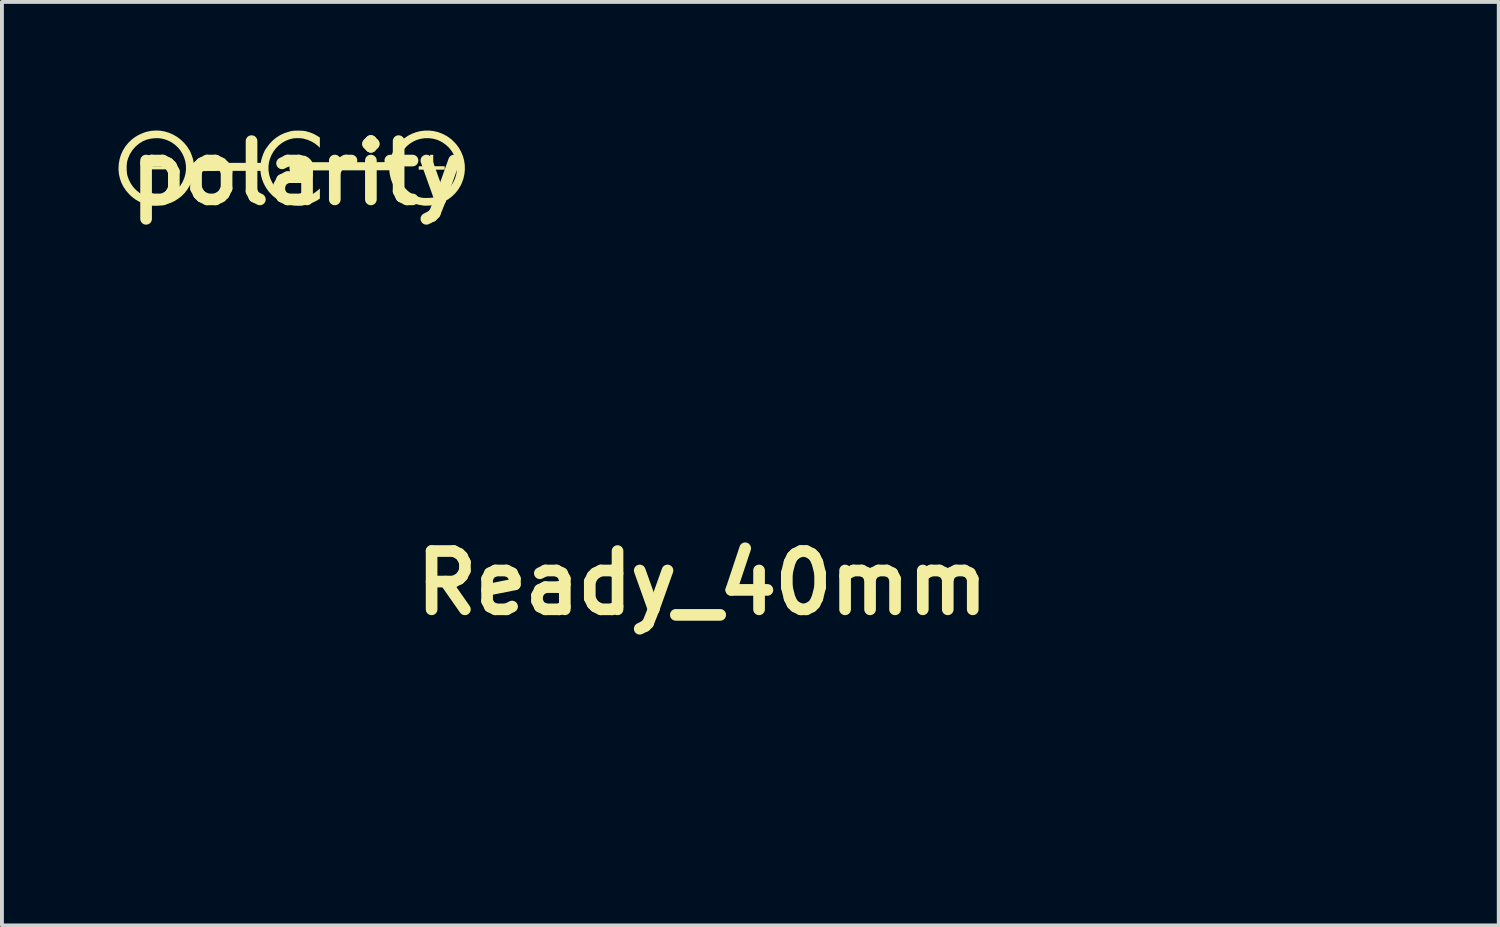
<source format=kicad_pcb>
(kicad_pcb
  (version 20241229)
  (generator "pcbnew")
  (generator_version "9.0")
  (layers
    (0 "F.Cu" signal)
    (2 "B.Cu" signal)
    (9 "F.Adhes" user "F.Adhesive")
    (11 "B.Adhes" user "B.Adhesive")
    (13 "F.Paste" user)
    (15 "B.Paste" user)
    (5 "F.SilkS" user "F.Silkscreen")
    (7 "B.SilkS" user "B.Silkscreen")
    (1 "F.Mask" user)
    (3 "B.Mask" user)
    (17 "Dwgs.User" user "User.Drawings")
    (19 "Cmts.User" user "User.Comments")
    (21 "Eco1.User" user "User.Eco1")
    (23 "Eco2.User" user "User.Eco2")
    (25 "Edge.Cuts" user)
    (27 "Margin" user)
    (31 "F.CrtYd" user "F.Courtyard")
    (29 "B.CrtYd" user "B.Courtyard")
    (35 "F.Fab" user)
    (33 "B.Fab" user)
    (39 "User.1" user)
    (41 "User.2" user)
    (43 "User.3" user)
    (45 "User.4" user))
  (footprint "Ready_40mm"
    (layer "F.Cu")
    (at 15.023 11.955)
    (property "Reference" "Ready_40mm" (at 0 0 0) (layer "F.SilkS") (effects (font (size 1.5 1.5) (thickness 0.3))))
    (attr board_only exclude_from_pos_files exclude_from_bom)
    (fp_poly (pts (xy -9.918 2.823) (xy -9.918 5.813) (xy -12.471 5.813) (xy -15.023 5.813) (xy -15.023 2.823) (xy -15.023 -0.167) (xy -12.471 -0.167) (xy -9.918 -0.167)) (stroke (width 0) (type solid)) (fill yes) (layer "F.Mask"))
    (fp_poly (pts (xy 17.503 -1.813) (xy 17.503 -1.084) (xy 16.784 -1.084) (xy 16.065 -1.084) (xy 16.07 -1.808) (xy 16.076 -2.532) (xy 16.789 -2.537) (xy 17.503 -2.543)) (stroke (width 0) (type solid)) (fill yes) (layer "F.Mask"))
    (fp_poly (pts (xy -4.167 -5.793) (xy -4.167 -5.438) (xy -5.616 -5.438) (xy -7.064 -5.438) (xy -7.064 -4.709) (xy -7.064 -3.98) (xy -6.345 -3.98) (xy -5.626 -3.98) (xy -5.626 -3.615) (xy -5.626 -3.251) (xy -6.345 -3.251) (xy -7.064 -3.251) (xy -7.064 -2.532) (xy -7.064 -1.813) (xy -5.616 -1.813) (xy -4.167 -1.813) (xy -4.167 -1.448) (xy -4.167 -1.084) (xy -6.334 -1.084) (xy -8.501 -1.084) (xy -8.501 -3.615) (xy -8.501 -6.147) (xy -6.334 -6.147) (xy -4.167 -6.147)) (stroke (width 0) (type solid)) (fill yes) (layer "F.Mask"))
    (fp_poly (pts (xy 10.273 -5.063) (xy 10.273 -3.98) (xy 10.991 -3.98) (xy 11.71 -3.98) (xy 11.71 -5.063) (xy 11.71 -6.147) (xy 12.44 -6.147) (xy 13.169 -6.147) (xy 13.169 -5.063) (xy 13.169 -3.98) (xy 12.804 -3.98) (xy 12.44 -3.98) (xy 12.44 -3.615) (xy 12.44 -3.251) (xy 12.075 -3.251) (xy 11.71 -3.251) (xy 11.71 -2.167) (xy 11.71 -1.084) (xy 10.991 -1.084) (xy 10.273 -1.084) (xy 10.273 -2.167) (xy 10.273 -3.25) (xy 9.913 -3.255) (xy 9.554 -3.261) (xy 9.548 -3.62) (xy 9.542 -3.98) (xy 9.189 -3.98) (xy 8.835 -3.98) (xy 8.835 -5.063) (xy 8.835 -6.147) (xy 9.554 -6.147) (xy 10.273 -6.147)) (stroke (width 0) (type solid)) (fill yes) (layer "F.Mask"))
    (fp_poly (pts (xy 0.146 -5.793) (xy 0.146 -5.438) (xy 0.51 -5.438) (xy 0.875 -5.438) (xy 0.875 -5.074) (xy 0.875 -4.709) (xy 1.24 -4.709) (xy 1.604 -4.709) (xy 1.604 -2.896) (xy 1.604 -1.084) (xy 0.875 -1.084) (xy 0.146 -1.084) (xy 0.146 -2.167) (xy 0.146 -3.251) (xy -0.573 -3.251) (xy -1.292 -3.251) (xy -1.292 -2.167) (xy -1.292 -1.084) (xy -2.011 -1.084) (xy -2.73 -1.084) (xy -2.73 -2.896) (xy -2.73 -4.709) (xy -2.376 -4.709) (xy -2.022 -4.709) (xy -1.292 -4.709) (xy -1.292 -4.344) (xy -1.292 -3.98) (xy -0.573 -3.98) (xy 0.146 -3.98) (xy 0.146 -4.344) (xy 0.146 -4.709) (xy -0.573 -4.709) (xy -1.292 -4.709) (xy -2.022 -4.709) (xy -2.016 -5.069) (xy -2.011 -5.428) (xy -1.651 -5.434) (xy -1.292 -5.439) (xy -1.292 -5.793) (xy -1.292 -6.147) (xy -0.573 -6.147) (xy 0.146 -6.147)) (stroke (width 0) (type solid)) (fill yes) (layer "F.Mask"))
    (fp_poly (pts (xy 5.938 -5.793) (xy 5.938 -5.438) (xy 6.303 -5.438) (xy 6.668 -5.438) (xy 6.668 -5.074) (xy 6.668 -4.709) (xy 7.032 -4.709) (xy 7.397 -4.709) (xy 7.397 -3.626) (xy 7.397 -2.543) (xy 7.038 -2.537) (xy 6.678 -2.532) (xy 6.672 -2.172) (xy 6.667 -1.813) (xy 6.303 -1.813) (xy 5.938 -1.813) (xy 5.938 -1.448) (xy 5.938 -1.084) (xy 4.501 -1.084) (xy 3.063 -1.084) (xy 3.063 -3.615) (xy 3.063 -5.439) (xy 4.501 -5.439) (xy 4.501 -3.626) (xy 4.501 -1.813) (xy 4.865 -1.813) (xy 5.23 -1.813) (xy 5.23 -2.178) (xy 5.23 -2.544) (xy 5.584 -2.538) (xy 5.939 -2.532) (xy 5.939 -3.62) (xy 5.938 -4.709) (xy 5.585 -4.709) (xy 5.231 -4.709) (xy 5.225 -5.069) (xy 5.22 -5.428) (xy 4.86 -5.434) (xy 4.501 -5.439) (xy 3.063 -5.439) (xy 3.063 -6.147) (xy 4.501 -6.147) (xy 5.938 -6.147)) (stroke (width 0) (type solid)) (fill yes) (layer "F.Mask"))
    (fp_poly (pts (xy -10.689 -5.793) (xy -10.689 -5.439) (xy -10.33 -5.434) (xy -9.97 -5.428) (xy -9.965 -4.704) (xy -9.959 -3.98) (xy -10.324 -3.98) (xy -10.689 -3.98) (xy -10.689 -3.615) (xy -10.689 -3.251) (xy -11.054 -3.251) (xy -11.42 -3.251) (xy -11.414 -2.894) (xy -11.408 -2.538) (xy -11.049 -2.541) (xy -10.689 -2.544) (xy -10.689 -2.179) (xy -10.689 -1.814) (xy -10.33 -1.808) (xy -9.97 -1.802) (xy -9.965 -1.443) (xy -9.959 -1.084) (xy -10.689 -1.084) (xy -11.419 -1.084) (xy -11.419 -1.448) (xy -11.419 -1.813) (xy -11.772 -1.813) (xy -12.126 -1.813) (xy -12.132 -2.172) (xy -12.137 -2.532) (xy -12.497 -2.537) (xy -12.856 -2.543) (xy -12.856 -1.813) (xy -12.856 -1.084) (xy -13.575 -1.084) (xy -14.294 -1.084) (xy -14.294 -3.615) (xy -14.294 -5.438) (xy -12.856 -5.438) (xy -12.856 -4.709) (xy -12.856 -3.98) (xy -12.137 -3.98) (xy -11.419 -3.98) (xy -11.419 -4.709) (xy -11.419 -5.438) (xy -12.137 -5.438) (xy -12.856 -5.438) (xy -14.294 -5.438) (xy -14.294 -6.147) (xy -12.492 -6.147) (xy -10.689 -6.147)) (stroke (width 0) (type solid)) (fill yes) (layer "F.Mask")))
  (footprint "polarity"
    (layer "F.Cu")
    (at 4.603 1.404)
    (property "Reference" "polarity" (at 0 0 0) (layer "F.SilkS") (effects (font (size 1.5 1.5) (thickness 0.3))))
    (attr board_only exclude_from_pos_files exclude_from_bom)
    (fp_poly (pts (xy -3.228 -0.135) (xy -3.228 -0.095) (xy -3.558 -0.095) (xy -3.888 -0.095) (xy -3.888 -0.135) (xy -3.888 -0.175) (xy -3.558 -0.175) (xy -3.228 -0.175)) (stroke (width 0) (type solid)) (fill yes) (layer "F.SilkS"))
    (fp_poly (pts (xy 3.498 -0.322) (xy 3.498 -0.175) (xy 3.645 -0.175) (xy 3.792 -0.175) (xy 3.792 -0.131) (xy 3.792 -0.087) (xy 3.645 -0.087) (xy 3.498 -0.087) (xy 3.498 0.056) (xy 3.498 0.199) (xy 3.458 0.199) (xy 3.418 0.199) (xy 3.418 0.056) (xy 3.418 -0.087) (xy 3.271 -0.087) (xy 3.124 -0.087) (xy 3.124 -0.131) (xy 3.124 -0.175) (xy 3.271 -0.175) (xy 3.418 -0.175) (xy 3.418 -0.322) (xy 3.418 -0.469) (xy 3.458 -0.469) (xy 3.498 -0.469)) (stroke (width 0) (type solid)) (fill yes) (layer "F.SilkS"))
    (fp_poly (pts (xy 3.4 -1.093) (xy 3.514 -1.079) (xy 3.627 -1.052) (xy 3.736 -1.01) (xy 3.841 -0.955) (xy 3.941 -0.887) (xy 4 -0.836) (xy 4.086 -0.746) (xy 4.158 -0.649) (xy 4.217 -0.545) (xy 4.262 -0.436) (xy 4.293 -0.323) (xy 4.31 -0.207) (xy 4.312 -0.089) (xy 4.3 0.029) (xy 4.274 0.146) (xy 4.232 0.26) (xy 4.205 0.318) (xy 4.143 0.422) (xy 4.068 0.516) (xy 3.983 0.6) (xy 3.887 0.673) (xy 3.783 0.734) (xy 3.671 0.783) (xy 3.552 0.818) (xy 3.526 0.823) (xy 3.496 0.828) (xy 3.455 0.832) (xy 3.409 0.836) (xy 3.362 0.838) (xy 3.317 0.84) (xy 3.278 0.84) (xy 3.251 0.838) (xy 3.248 0.838) (xy 3.163 0.824) (xy 3.09 0.808) (xy 3.024 0.788) (xy 2.961 0.764) (xy 2.914 0.743) (xy 2.814 0.687) (xy 2.72 0.618) (xy 2.635 0.538) (xy 2.559 0.449) (xy 2.494 0.353) (xy 2.443 0.25) (xy 2.414 0.173) (xy 2.403 0.136) (xy 2.393 0.092) (xy 2.383 0.046) (xy 2.375 0.003) (xy 2.37 -0.032) (xy 2.369 -0.053) (xy 2.369 -0.072) (xy 1.386 -0.07) (xy 0.404 -0.068) (xy 0.387 -0.024) (xy 0.365 0.019) (xy 0.331 0.061) (xy 0.289 0.099) (xy 0.244 0.13) (xy 0.215 0.144) (xy 0.156 0.159) (xy 0.094 0.163) (xy 0.033 0.157) (xy 0.002 0.148) (xy -0.051 0.123) (xy -0.1 0.086) (xy -0.143 0.04) (xy -0.176 -0.01) (xy -0.193 -0.05) (xy -0.2 -0.091) (xy -0.202 -0.133) (xy 2.577 -0.133) (xy 2.583 -0.03) (xy 2.601 0.07) (xy 2.631 0.164) (xy 2.635 0.173) (xy 2.676 0.256) (xy 2.73 0.336) (xy 2.792 0.41) (xy 2.86 0.474) (xy 2.878 0.488) (xy 2.951 0.537) (xy 3.032 0.579) (xy 3.116 0.612) (xy 3.197 0.634) (xy 3.205 0.635) (xy 3.239 0.639) (xy 3.284 0.641) (xy 3.336 0.641) (xy 3.39 0.639) (xy 3.442 0.636) (xy 3.488 0.631) (xy 3.524 0.625) (xy 3.53 0.624) (xy 3.604 0.599) (xy 3.681 0.563) (xy 3.757 0.518) (xy 3.826 0.468) (xy 3.886 0.415) (xy 3.887 0.414) (xy 3.954 0.333) (xy 4.011 0.243) (xy 4.056 0.146) (xy 4.087 0.046) (xy 4.091 0.029) (xy 4.099 -0.026) (xy 4.103 -0.09) (xy 4.103 -0.158) (xy 4.1 -0.223) (xy 4.092 -0.28) (xy 4.091 -0.288) (xy 4.061 -0.393) (xy 4.017 -0.492) (xy 3.96 -0.583) (xy 3.892 -0.664) (xy 3.812 -0.736) (xy 3.723 -0.797) (xy 3.626 -0.844) (xy 3.593 -0.857) (xy 3.493 -0.884) (xy 3.389 -0.897) (xy 3.283 -0.897) (xy 3.179 -0.882) (xy 3.079 -0.854) (xy 3.002 -0.821) (xy 2.908 -0.765) (xy 2.823 -0.697) (xy 2.748 -0.617) (xy 2.685 -0.527) (xy 2.634 -0.429) (xy 2.632 -0.425) (xy 2.602 -0.333) (xy 2.583 -0.235) (xy 2.577 -0.133) (xy -0.202 -0.133) (xy -0.203 -0.14) (xy -0.2 -0.191) (xy -0.192 -0.238) (xy -0.184 -0.263) (xy -0.157 -0.314) (xy -0.117 -0.362) (xy -0.069 -0.402) (xy -0.034 -0.423) (xy -0.008 -0.435) (xy 0.012 -0.442) (xy 0.033 -0.447) (xy 0.06 -0.449) (xy 0.097 -0.449) (xy 0.103 -0.449) (xy 0.144 -0.449) (xy 0.174 -0.446) (xy 0.197 -0.442) (xy 0.218 -0.435) (xy 0.226 -0.431) (xy 0.281 -0.399) (xy 0.33 -0.356) (xy 0.36 -0.317) (xy 0.386 -0.279) (xy 1.313 -0.278) (xy 1.434 -0.278) (xy 1.552 -0.279) (xy 1.666 -0.279) (xy 1.774 -0.279) (xy 1.875 -0.279) (xy 1.969 -0.28) (xy 2.053 -0.28) (xy 2.128 -0.281) (xy 2.192 -0.281) (xy 2.243 -0.282) (xy 2.281 -0.282) (xy 2.305 -0.283) (xy 2.311 -0.283) (xy 2.382 -0.288) (xy 2.392 -0.34) (xy 2.415 -0.43) (xy 2.453 -0.522) (xy 2.502 -0.614) (xy 2.561 -0.701) (xy 2.628 -0.782) (xy 2.652 -0.807) (xy 2.744 -0.889) (xy 2.843 -0.957) (xy 2.948 -1.011) (xy 3.057 -1.052) (xy 3.17 -1.079) (xy 3.284 -1.093)) (stroke (width 0) (type solid)) (fill yes) (layer "F.SilkS"))
    (fp_poly (pts (xy -3.529 -1.09) (xy -3.414 -1.07) (xy -3.303 -1.036) (xy -3.196 -0.99) (xy -3.095 -0.931) (xy -3.001 -0.86) (xy -2.915 -0.778) (xy -2.838 -0.685) (xy -2.773 -0.582) (xy -2.767 -0.572) (xy -2.748 -0.532) (xy -2.728 -0.483) (xy -2.709 -0.43) (xy -2.692 -0.378) (xy -2.68 -0.333) (xy -2.674 -0.303) (xy -2.669 -0.262) (xy -1.804 -0.262) (xy -0.938 -0.262) (xy -0.938 -0.281) (xy -0.935 -0.301) (xy -0.928 -0.333) (xy -0.918 -0.371) (xy -0.905 -0.413) (xy -0.891 -0.453) (xy -0.878 -0.489) (xy -0.867 -0.515) (xy -0.855 -0.54) (xy -0.846 -0.56) (xy -0.843 -0.569) (xy -0.843 -0.569) (xy -0.839 -0.578) (xy -0.828 -0.596) (xy -0.812 -0.621) (xy -0.8 -0.639) (xy -0.723 -0.743) (xy -0.638 -0.834) (xy -0.544 -0.912) (xy -0.442 -0.976) (xy -0.33 -1.028) (xy -0.208 -1.067) (xy -0.171 -1.076) (xy -0.14 -1.083) (xy -0.111 -1.087) (xy -0.08 -1.09) (xy -0.042 -1.091) (xy 0.007 -1.092) (xy 0.016 -1.092) (xy 0.078 -1.091) (xy 0.127 -1.089) (xy 0.168 -1.085) (xy 0.204 -1.08) (xy 0.211 -1.078) (xy 0.32 -1.048) (xy 0.42 -1.008) (xy 0.514 -0.956) (xy 0.527 -0.948) (xy 0.58 -0.913) (xy 0.58 -0.782) (xy 0.58 -0.651) (xy 0.54 -0.689) (xy 0.46 -0.755) (xy 0.368 -0.81) (xy 0.268 -0.854) (xy 0.161 -0.885) (xy 0.151 -0.887) (xy 0.11 -0.893) (xy 0.059 -0.897) (xy 0.004 -0.898) (xy -0.051 -0.896) (xy -0.098 -0.893) (xy -0.116 -0.89) (xy -0.217 -0.864) (xy -0.312 -0.824) (xy -0.4 -0.772) (xy -0.48 -0.709) (xy -0.552 -0.636) (xy -0.614 -0.554) (xy -0.665 -0.465) (xy -0.704 -0.37) (xy -0.731 -0.271) (xy -0.743 -0.169) (xy -0.742 -0.064) (xy -0.74 -0.05) (xy -0.721 0.058) (xy -0.687 0.161) (xy -0.639 0.258) (xy -0.579 0.347) (xy -0.508 0.427) (xy -0.427 0.497) (xy -0.336 0.555) (xy -0.237 0.601) (xy -0.209 0.611) (xy -0.121 0.634) (xy -0.025 0.644) (xy 0.072 0.642) (xy 0.169 0.628) (xy 0.261 0.602) (xy 0.268 0.599) (xy 0.346 0.565) (xy 0.424 0.521) (xy 0.496 0.471) (xy 0.544 0.431) (xy 0.58 0.397) (xy 0.58 0.527) (xy 0.58 0.658) (xy 0.53 0.691) (xy 0.475 0.723) (xy 0.411 0.754) (xy 0.342 0.782) (xy 0.273 0.805) (xy 0.269 0.806) (xy 0.155 0.831) (xy 0.038 0.841) (xy -0.079 0.836) (xy -0.194 0.816) (xy -0.307 0.783) (xy -0.416 0.735) (xy -0.52 0.674) (xy -0.616 0.601) (xy -0.651 0.569) (xy -0.736 0.477) (xy -0.807 0.377) (xy -0.865 0.27) (xy -0.909 0.157) (xy -0.922 0.108) (xy -0.932 0.068) (xy -0.939 0.03) (xy -0.944 -0.002) (xy -0.946 -0.021) (xy -0.946 -0.056) (xy -1.553 -0.056) (xy -1.658 -0.056) (xy -1.764 -0.055) (xy -1.869 -0.055) (xy -1.972 -0.055) (xy -2.071 -0.054) (xy -2.162 -0.053) (xy -2.245 -0.053) (xy -2.318 -0.052) (xy -2.378 -0.051) (xy -2.41 -0.05) (xy -2.66 -0.045) (xy -2.669 0.024) (xy -2.691 0.127) (xy -2.726 0.229) (xy -2.774 0.33) (xy -2.832 0.425) (xy -2.899 0.512) (xy -2.974 0.588) (xy -2.993 0.604) (xy -3.08 0.67) (xy -3.167 0.724) (xy -3.258 0.766) (xy -3.349 0.798) (xy -3.435 0.82) (xy -3.525 0.834) (xy -3.614 0.841) (xy -3.696 0.84) (xy -3.725 0.837) (xy -3.851 0.815) (xy -3.968 0.781) (xy -4.077 0.734) (xy -4.177 0.674) (xy -4.271 0.601) (xy -4.321 0.553) (xy -4.405 0.458) (xy -4.474 0.356) (xy -4.529 0.25) (xy -4.568 0.137) (xy -4.593 0.02) (xy -4.603 -0.104) (xy -4.603 -0.123) (xy -4.602 -0.138) (xy -4.393 -0.138) (xy -4.391 -0.073) (xy -4.387 -0.012) (xy -4.379 0.042) (xy -4.374 0.064) (xy -4.338 0.169) (xy -4.288 0.267) (xy -4.226 0.357) (xy -4.151 0.438) (xy -4.065 0.508) (xy -3.983 0.559) (xy -3.931 0.583) (xy -3.873 0.606) (xy -3.814 0.625) (xy -3.767 0.635) (xy -3.734 0.639) (xy -3.691 0.641) (xy -3.64 0.641) (xy -3.587 0.64) (xy -3.536 0.637) (xy -3.491 0.632) (xy -3.456 0.627) (xy -3.446 0.625) (xy -3.341 0.589) (xy -3.244 0.539) (xy -3.155 0.477) (xy -3.076 0.404) (xy -3.008 0.32) (xy -2.952 0.227) (xy -2.909 0.126) (xy -2.906 0.118) (xy -2.878 0.012) (xy -2.866 -0.094) (xy -2.868 -0.199) (xy -2.884 -0.302) (xy -2.914 -0.4) (xy -2.956 -0.493) (xy -3.01 -0.581) (xy -3.075 -0.66) (xy -3.152 -0.73) (xy -3.238 -0.791) (xy -3.334 -0.839) (xy -3.379 -0.857) (xy -3.446 -0.877) (xy -3.51 -0.89) (xy -3.578 -0.897) (xy -3.654 -0.897) (xy -3.671 -0.896) (xy -3.78 -0.884) (xy -3.883 -0.858) (xy -3.979 -0.817) (xy -4.069 -0.761) (xy -4.153 -0.691) (xy -4.18 -0.665) (xy -4.252 -0.579) (xy -4.31 -0.485) (xy -4.354 -0.383) (xy -4.378 -0.305) (xy -4.386 -0.259) (xy -4.391 -0.201) (xy -4.393 -0.138) (xy -4.602 -0.138) (xy -4.595 -0.246) (xy -4.573 -0.365) (xy -4.537 -0.479) (xy -4.487 -0.586) (xy -4.425 -0.685) (xy -4.351 -0.777) (xy -4.266 -0.859) (xy -4.17 -0.931) (xy -4.065 -0.991) (xy -3.952 -1.039) (xy -3.88 -1.062) (xy -3.763 -1.086) (xy -3.645 -1.095)) (stroke (width 0) (type solid)) (fill yes) (layer "F.SilkS")))
  (gr_rect
    (start -3 -3)
    (end 35.526 20.768)
    (stroke (width 0.1) (type default))
    (fill no)
    (layer "Edge.Cuts")))
</source>
